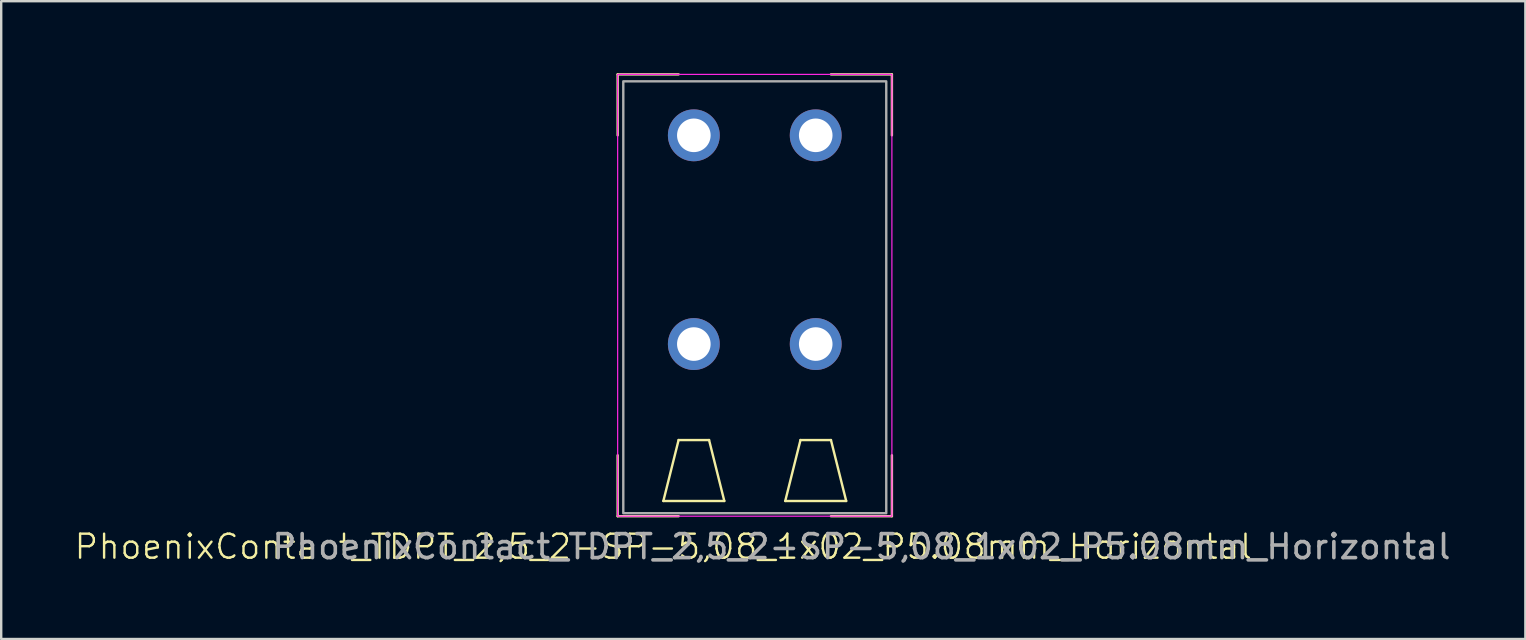
<source format=kicad_pcb>
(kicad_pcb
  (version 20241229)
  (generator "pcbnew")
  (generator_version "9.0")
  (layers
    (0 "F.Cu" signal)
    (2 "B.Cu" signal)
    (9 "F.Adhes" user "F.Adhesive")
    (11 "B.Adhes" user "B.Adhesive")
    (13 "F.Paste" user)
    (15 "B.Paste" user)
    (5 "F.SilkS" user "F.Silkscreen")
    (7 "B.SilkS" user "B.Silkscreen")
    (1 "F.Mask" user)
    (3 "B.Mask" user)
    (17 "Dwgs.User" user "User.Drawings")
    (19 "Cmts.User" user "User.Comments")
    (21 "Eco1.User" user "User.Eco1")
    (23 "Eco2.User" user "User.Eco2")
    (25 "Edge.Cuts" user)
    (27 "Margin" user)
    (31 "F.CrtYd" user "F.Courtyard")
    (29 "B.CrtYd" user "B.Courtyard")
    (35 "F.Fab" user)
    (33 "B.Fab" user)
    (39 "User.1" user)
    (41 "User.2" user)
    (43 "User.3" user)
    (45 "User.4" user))
  (footprint "PhoenixContact_TDPT_2,5_2-SP-5,08_1x02_P5.08mm_Horizontal"
    (layer "F.Cu")
    (at 25.868 2.59)
    (property "Reference" "PhoenixContact_TDPT_2,5_2-SP-5,08_1x02_P5.08mm_Horizontal" (at -1.27 17.145 0) (unlocked yes) (layer "F.SilkS") (effects (font (size 1 1) (thickness 0.1))))
    (attr through_hole)
    (fp_line (start -3.175 -2.54) (end -0.635 -2.54) (stroke (width 0.1) (type default)) (layer "F.SilkS"))
    (fp_line (start -3.175 0) (end -3.175 -2.54) (stroke (width 0.1) (type default)) (layer "F.SilkS"))
    (fp_line (start -3.175 13.335) (end -3.175 15.875) (stroke (width 0.1) (type default)) (layer "F.SilkS"))
    (fp_line (start -3.175 15.875) (end -0.635 15.875) (stroke (width 0.1) (type default)) (layer "F.SilkS"))
    (fp_line (start -1.27 15.24) (end -0.635 12.7) (stroke (width 0.1) (type default)) (layer "F.SilkS"))
    (fp_line (start -0.635 12.7) (end 0.635 12.7) (stroke (width 0.1) (type default)) (layer "F.SilkS"))
    (fp_line (start 0.635 12.7) (end 1.27 15.24) (stroke (width 0.1) (type default)) (layer "F.SilkS"))
    (fp_line (start 1.27 15.24) (end -1.27 15.24) (stroke (width 0.1) (type default)) (layer "F.SilkS"))
    (fp_line (start 3.81 15.24) (end 4.445 12.7) (stroke (width 0.1) (type default)) (layer "F.SilkS"))
    (fp_line (start 4.445 12.7) (end 5.715 12.7) (stroke (width 0.1) (type default)) (layer "F.SilkS"))
    (fp_line (start 5.715 -2.54) (end 8.255 -2.54) (stroke (width 0.1) (type default)) (layer "F.SilkS"))
    (fp_line (start 5.715 12.7) (end 6.35 15.24) (stroke (width 0.1) (type default)) (layer "F.SilkS"))
    (fp_line (start 5.715 15.875) (end 8.255 15.875) (stroke (width 0.1) (type default)) (layer "F.SilkS"))
    (fp_line (start 6.35 15.24) (end 3.81 15.24) (stroke (width 0.1) (type default)) (layer "F.SilkS"))
    (fp_line (start 8.255 -2.54) (end 8.255 0) (stroke (width 0.1) (type default)) (layer "F.SilkS"))
    (fp_line (start 8.255 15.875) (end 8.255 13.335) (stroke (width 0.1) (type default)) (layer "F.SilkS"))
    (fp_rect (start -3.175 -2.54) (end 8.255 15.875) (stroke (width 0.05) (type default)) (fill no) (layer "F.CrtYd"))
    (fp_rect (start -2.94 -2.25) (end 8.02 15.75) (stroke (width 0.1) (type default)) (fill no) (layer "F.Fab"))
    (fp_text user "${REFERENCE}" (at 6.985 17.145 0) (unlocked yes) (layer "F.Fab") (effects (font (size 1 1) (thickness 0.15))))
    (pad "1" thru_hole circle (at 0 0) (size 2.162 2.162) (drill 1.4) (layers "*.Cu" "*.Mask"))
    (pad "1" thru_hole circle (at 0 8.7) (size 2.162 2.162) (drill 1.4) (layers "*.Cu" "*.Mask"))
    (pad "2" thru_hole circle (at 5.08 0) (size 2.162 2.162) (drill 1.4) (layers "*.Cu" "*.Mask"))
    (pad "2" thru_hole circle (at 5.08 8.7) (size 2.162 2.162) (drill 1.4) (layers "*.Cu" "*.Mask")))
  (gr_rect
    (start -3 -3)
    (end 60.525 23.583)
    (stroke (width 0.1) (type default))
    (fill no)
    (layer "Edge.Cuts")))
</source>
